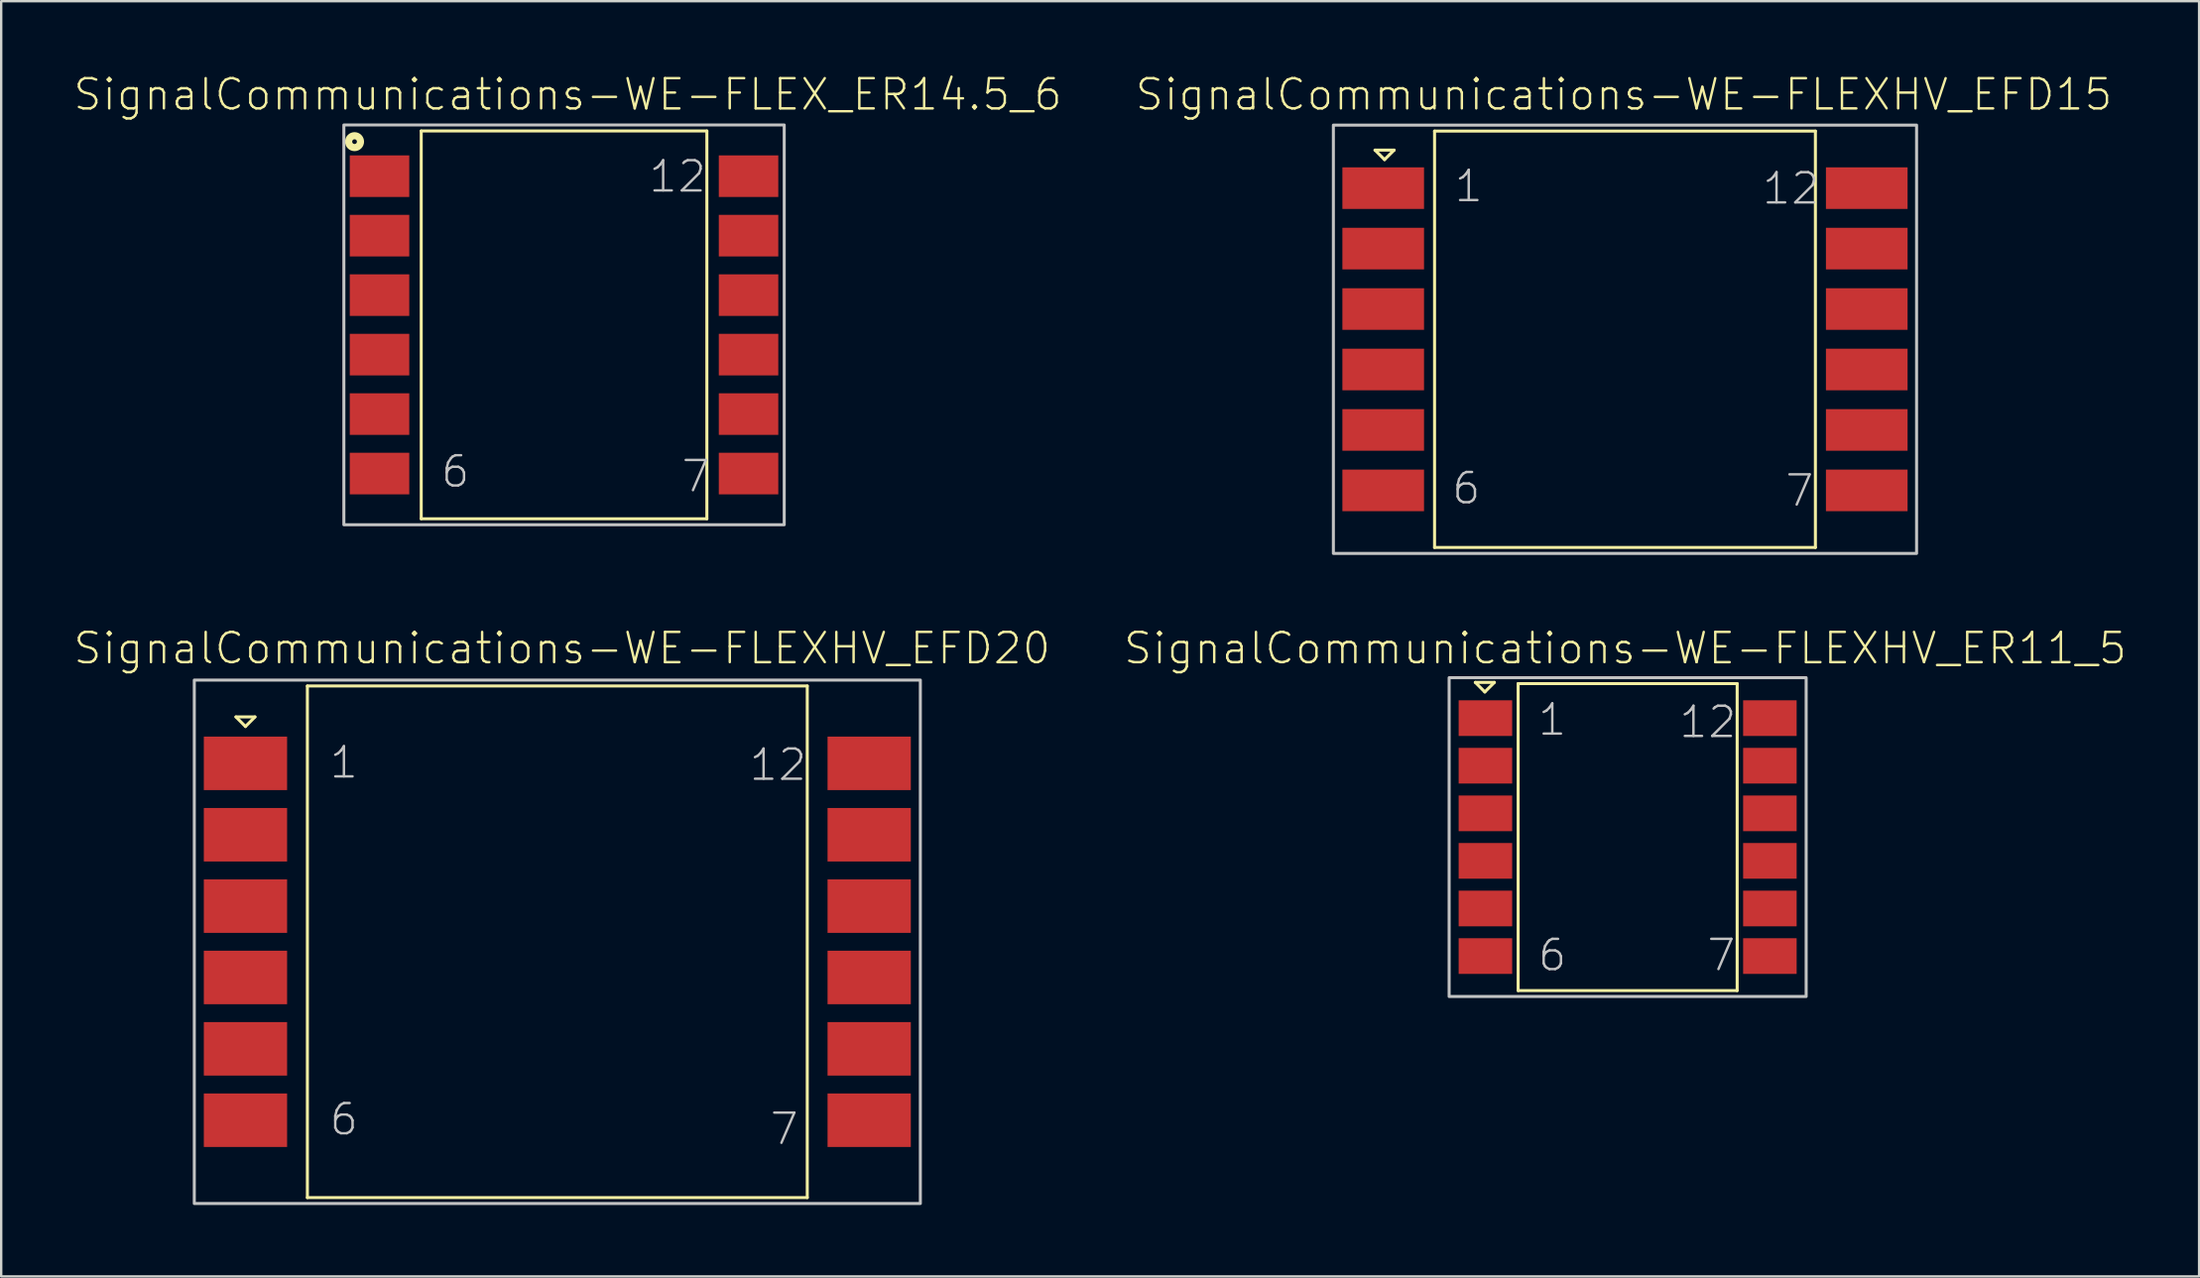
<source format=kicad_pcb>
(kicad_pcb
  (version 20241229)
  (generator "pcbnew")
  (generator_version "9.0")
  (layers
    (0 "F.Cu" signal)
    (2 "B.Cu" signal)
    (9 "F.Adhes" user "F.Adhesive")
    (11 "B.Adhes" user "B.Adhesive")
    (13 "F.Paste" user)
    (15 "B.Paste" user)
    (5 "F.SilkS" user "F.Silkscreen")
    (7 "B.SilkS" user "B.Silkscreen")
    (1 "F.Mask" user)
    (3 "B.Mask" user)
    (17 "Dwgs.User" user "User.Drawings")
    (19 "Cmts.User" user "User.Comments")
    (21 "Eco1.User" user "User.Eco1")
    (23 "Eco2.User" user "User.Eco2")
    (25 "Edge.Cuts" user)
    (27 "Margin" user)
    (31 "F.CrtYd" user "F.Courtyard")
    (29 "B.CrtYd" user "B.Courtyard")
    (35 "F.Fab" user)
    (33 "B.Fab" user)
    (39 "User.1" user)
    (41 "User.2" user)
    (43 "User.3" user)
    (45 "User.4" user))
  (footprint "SignalCommunications-WE-FLEXHV_EFD15"
    (layer "F.Cu")
    (at 65.203 11.206)
    (property "Reference" "SignalCommunications-WE-FLEXHV_EFD15" (at -0.048 -10.284 0) (layer "F.SilkS") (effects (font (size 1.27 1.27) (thickness 0.102))))
    (attr smd)
    (fp_line (start -10.498 -7.948) (end -9.698 -7.948) (stroke (width 0.127) (type solid)) (layer "F.SilkS"))
    (fp_line (start -10.099 -7.549) (end -10.498 -7.948) (stroke (width 0.127) (type solid)) (layer "F.SilkS"))
    (fp_line (start -9.698 -7.948) (end -10.099 -7.549) (stroke (width 0.127) (type solid)) (layer "F.SilkS"))
    (fp_line (start -7.998 -8.748) (end 7.998 -8.748) (stroke (width 0.127) (type solid)) (layer "F.SilkS"))
    (fp_line (start -7.998 8.748) (end -7.998 -8.748) (stroke (width 0.127) (type solid)) (layer "F.SilkS"))
    (fp_line (start 7.998 -8.748) (end 7.998 8.748) (stroke (width 0.127) (type solid)) (layer "F.SilkS"))
    (fp_line (start 7.998 8.748) (end -7.998 8.748) (stroke (width 0.127) (type solid)) (layer "F.SilkS"))
    (fp_poly (pts (xy -12.248 -8.999) (xy 12.248 -8.999) (xy 12.248 8.999) (xy -12.248 8.999) (xy -12.248 -8.999)) (stroke (width 0.127) (type solid)) (fill no) (layer "Dwgs.User"))
    (fp_text user "6" (at -6.665 6.264 0) (layer "Dwgs.User") (effects (font (size 1.27 1.27) (thickness 0.102))))
    (fp_text user "12" (at 6.97 -6.335 0) (layer "Dwgs.User") (effects (font (size 1.27 1.27) (thickness 0.102))))
    (fp_text user "1" (at -6.563 -6.434 0) (layer "Dwgs.User") (effects (font (size 1.27 1.27) (thickness 0.102))))
    (fp_text user "7" (at 7.333 6.363 0) (layer "Dwgs.User") (effects (font (size 1.27 1.27) (thickness 0.102))))
    (pad "1" smd rect (at -10.155 -6.35 90) (size 1.748 3.429) (layers "F.Cu" "F.Mask" "F.Paste"))
    (pad "2" smd rect (at -10.155 -3.81 90) (size 1.748 3.429) (layers "F.Cu" "F.Mask" "F.Paste"))
    (pad "3" smd rect (at -10.155 -1.27 90) (size 1.748 3.429) (layers "F.Cu" "F.Mask" "F.Paste"))
    (pad "4" smd rect (at -10.155 1.27 90) (size 1.748 3.429) (layers "F.Cu" "F.Mask" "F.Paste"))
    (pad "5" smd rect (at -10.155 3.81 90) (size 1.748 3.429) (layers "F.Cu" "F.Mask" "F.Paste"))
    (pad "6" smd rect (at -10.155 6.35 90) (size 1.748 3.429) (layers "F.Cu" "F.Mask" "F.Paste"))
    (pad "7" smd rect (at 10.155 6.35 90) (size 1.748 3.429) (layers "F.Cu" "F.Mask" "F.Paste"))
    (pad "8" smd rect (at 10.155 3.81 90) (size 1.748 3.429) (layers "F.Cu" "F.Mask" "F.Paste"))
    (pad "9" smd rect (at 10.155 1.27 90) (size 1.748 3.429) (layers "F.Cu" "F.Mask" "F.Paste"))
    (pad "10" smd rect (at 10.155 -1.27 90) (size 1.748 3.429) (layers "F.Cu" "F.Mask" "F.Paste"))
    (pad "11" smd rect (at 10.155 -3.81 90) (size 1.748 3.429) (layers "F.Cu" "F.Mask" "F.Paste"))
    (pad "12" smd rect (at 10.155 -6.35 90) (size 1.748 3.429) (layers "F.Cu" "F.Mask" "F.Paste")))
  (footprint "SignalCommunications-WE-FLEXHV_ER11_5"
    (layer "F.Cu")
    (at 65.315 32.125)
    (property "Reference" "SignalCommunications-WE-FLEXHV_ER11_5" (at -0.099 -7.935 0) (layer "F.SilkS") (effects (font (size 1.27 1.27) (thickness 0.102))))
    (attr smd)
    (fp_line (start -6.398 -6.5) (end -5.598 -6.5) (stroke (width 0.127) (type solid)) (layer "F.SilkS"))
    (fp_line (start -5.999 -6.099) (end -6.398 -6.5) (stroke (width 0.127) (type solid)) (layer "F.SilkS"))
    (fp_line (start -5.598 -6.5) (end -5.999 -6.099) (stroke (width 0.127) (type solid)) (layer "F.SilkS"))
    (fp_line (start -4.6 -6.449) (end 4.6 -6.449) (stroke (width 0.127) (type solid)) (layer "F.SilkS"))
    (fp_line (start -4.6 6.449) (end -4.6 -6.449) (stroke (width 0.127) (type solid)) (layer "F.SilkS"))
    (fp_line (start 4.6 -6.449) (end 4.6 6.449) (stroke (width 0.127) (type solid)) (layer "F.SilkS"))
    (fp_line (start 4.6 6.449) (end -4.6 6.449) (stroke (width 0.127) (type solid)) (layer "F.SilkS"))
    (fp_poly (pts (xy -7.498 6.698) (xy -7.498 -6.698) (xy 7.498 -6.698) (xy 7.498 6.698) (xy -7.498 6.698)) (stroke (width 0.127) (type solid)) (fill no) (layer "Dwgs.User"))
    (fp_text user "6" (at -3.165 4.963 0) (layer "Dwgs.User") (effects (font (size 1.27 1.27) (thickness 0.102))))
    (fp_text user "7" (at 3.934 4.963 0) (layer "Dwgs.User") (effects (font (size 1.27 1.27) (thickness 0.102))))
    (fp_text user "12" (at 3.368 -4.834 0) (layer "Dwgs.User") (effects (font (size 1.27 1.27) (thickness 0.102))))
    (fp_text user "1" (at -3.165 -4.933 0) (layer "Dwgs.User") (effects (font (size 1.27 1.27) (thickness 0.102))))
    (pad "1" smd rect (at -5.974 -4.999 180) (size 2.248 1.499) (layers "F.Cu" "F.Mask" "F.Paste"))
    (pad "2" smd rect (at -5.974 -3 180) (size 2.248 1.499) (layers "F.Cu" "F.Mask" "F.Paste"))
    (pad "3" smd rect (at -5.974 -0.998 180) (size 2.248 1.499) (layers "F.Cu" "F.Mask" "F.Paste"))
    (pad "4" smd rect (at -5.974 0.998 180) (size 2.248 1.499) (layers "F.Cu" "F.Mask" "F.Paste"))
    (pad "5" smd rect (at -5.974 3 180) (size 2.248 1.499) (layers "F.Cu" "F.Mask" "F.Paste"))
    (pad "6" smd rect (at -5.974 4.999 180) (size 2.248 1.499) (layers "F.Cu" "F.Mask" "F.Paste"))
    (pad "7" smd rect (at 5.974 4.999 180) (size 2.248 1.499) (layers "F.Cu" "F.Mask" "F.Paste"))
    (pad "8" smd rect (at 5.974 3 180) (size 2.248 1.499) (layers "F.Cu" "F.Mask" "F.Paste"))
    (pad "9" smd rect (at 5.974 0.998 180) (size 2.248 1.499) (layers "F.Cu" "F.Mask" "F.Paste"))
    (pad "10" smd rect (at 5.974 -0.998 180) (size 2.248 1.499) (layers "F.Cu" "F.Mask" "F.Paste"))
    (pad "11" smd rect (at 5.974 -3 180) (size 2.248 1.499) (layers "F.Cu" "F.Mask" "F.Paste"))
    (pad "12" smd rect (at 5.974 -4.999 180) (size 2.248 1.499) (layers "F.Cu" "F.Mask" "F.Paste")))
  (footprint "SignalCommunications-WE-FLEXHV_EFD20"
    (layer "F.Cu")
    (at 20.359 36.524)
    (property "Reference" "SignalCommunications-WE-FLEXHV_EFD20" (at 0.198 -12.334 0) (layer "F.SilkS") (effects (font (size 1.27 1.27) (thickness 0.102))))
    (attr smd)
    (fp_line (start -13.498 -9.449) (end -12.7 -9.449) (stroke (width 0.127) (type solid)) (layer "F.SilkS"))
    (fp_line (start -13.099 -9.047) (end -13.498 -9.449) (stroke (width 0.127) (type solid)) (layer "F.SilkS"))
    (fp_line (start -12.7 -9.449) (end -13.099 -9.047) (stroke (width 0.127) (type solid)) (layer "F.SilkS"))
    (fp_line (start -10.498 -10.749) (end 10.498 -10.749) (stroke (width 0.127) (type solid)) (layer "F.SilkS"))
    (fp_line (start -10.498 10.749) (end -10.498 -10.749) (stroke (width 0.127) (type solid)) (layer "F.SilkS"))
    (fp_line (start 10.498 -10.749) (end 10.498 10.749) (stroke (width 0.127) (type solid)) (layer "F.SilkS"))
    (fp_line (start 10.498 10.749) (end -10.498 10.749) (stroke (width 0.127) (type solid)) (layer "F.SilkS"))
    (fp_poly (pts (xy -15.248 -10.998) (xy 15.248 -10.998) (xy 15.248 10.998) (xy -15.248 10.998) (xy -15.248 -10.998)) (stroke (width 0.127) (type solid)) (fill no) (layer "Dwgs.User"))
    (fp_text user "6" (at -8.964 7.463 0) (layer "Dwgs.User") (effects (font (size 1.27 1.27) (thickness 0.102))))
    (fp_text user "7" (at 9.533 7.864 0) (layer "Dwgs.User") (effects (font (size 1.27 1.27) (thickness 0.102))))
    (fp_text user "12" (at 9.268 -7.435 0) (layer "Dwgs.User") (effects (font (size 1.27 1.27) (thickness 0.102))))
    (fp_text user "1" (at -8.964 -7.534 0) (layer "Dwgs.User") (effects (font (size 1.27 1.27) (thickness 0.102))))
    (pad "1" smd rect (at -13.099 -7.498) (size 3.498 2.248) (layers "F.Cu" "F.Mask" "F.Paste"))
    (pad "2" smd rect (at -13.099 -4.498) (size 3.498 2.248) (layers "F.Cu" "F.Mask" "F.Paste"))
    (pad "3" smd rect (at -13.099 -1.499) (size 3.498 2.248) (layers "F.Cu" "F.Mask" "F.Paste"))
    (pad "4" smd rect (at -13.099 1.499) (size 3.498 2.248) (layers "F.Cu" "F.Mask" "F.Paste"))
    (pad "5" smd rect (at -13.099 4.498) (size 3.498 2.248) (layers "F.Cu" "F.Mask" "F.Paste"))
    (pad "6" smd rect (at -13.099 7.498) (size 3.498 2.248) (layers "F.Cu" "F.Mask" "F.Paste"))
    (pad "7" smd rect (at 13.099 7.498) (size 3.498 2.248) (layers "F.Cu" "F.Mask" "F.Paste"))
    (pad "8" smd rect (at 13.099 4.498) (size 3.498 2.248) (layers "F.Cu" "F.Mask" "F.Paste"))
    (pad "9" smd rect (at 13.099 1.499) (size 3.498 2.248) (layers "F.Cu" "F.Mask" "F.Paste"))
    (pad "10" smd rect (at 13.099 -1.499) (size 3.498 2.248) (layers "F.Cu" "F.Mask" "F.Paste"))
    (pad "11" smd rect (at 13.099 -4.498) (size 3.498 2.248) (layers "F.Cu" "F.Mask" "F.Paste"))
    (pad "12" smd rect (at 13.099 -7.498) (size 3.498 2.248) (layers "F.Cu" "F.Mask" "F.Paste")))
  (footprint "SignalCommunications-WE-FLEX_ER14.5_6"
    (layer "F.Cu")
    (at 20.641 10.601)
    (property "Reference" "SignalCommunications-WE-FLEX_ER14.5_6" (at 0.157 -9.68 0) (layer "F.SilkS") (effects (font (size 1.27 1.27) (thickness 0.102))))
    (attr smd)
    (fp_line (start -5.999 -8.148) (end -5.999 8.148) (stroke (width 0.127) (type solid)) (layer "F.SilkS"))
    (fp_line (start -5.999 8.148) (end 5.999 8.148) (stroke (width 0.127) (type solid)) (layer "F.SilkS"))
    (fp_line (start 5.999 -8.148) (end -5.999 -8.148) (stroke (width 0.127) (type solid)) (layer "F.SilkS"))
    (fp_line (start 5.999 -8.148) (end 5.999 8.148) (stroke (width 0.127) (type solid)) (layer "F.SilkS"))
    (fp_circle (center -8.799 -7.699) (end -8.799 -7.798) (stroke (width 0.3) (type solid)) (fill no) (layer "F.SilkS"))
    (fp_poly (pts (xy 9.248 -8.4) (xy 9.248 8.4) (xy -9.248 8.4) (xy -9.248 -8.4) (xy 9.248 -8.4)) (stroke (width 0.127) (type solid)) (fill no) (layer "Dwgs.User"))
    (fp_text user "7" (at 5.535 6.363 0) (layer "Dwgs.User") (effects (font (size 1.27 1.27) (thickness 0.102))))
    (fp_text user "6" (at -4.564 6.165 0) (layer "Dwgs.User") (effects (font (size 1.27 1.27) (thickness 0.102))))
    (fp_text user "12" (at 4.768 -6.233 0) (layer "Dwgs.User") (effects (font (size 1.27 1.27) (thickness 0.102))))
    (pad "1" smd rect (at -7.75 -6.248 270) (size 1.748 2.499) (layers "F.Cu" "F.Mask" "F.Paste"))
    (pad "2" smd rect (at -7.75 -3.749 270) (size 1.748 2.499) (layers "F.Cu" "F.Mask" "F.Paste"))
    (pad "3" smd rect (at -7.75 -1.25 270) (size 1.748 2.499) (layers "F.Cu" "F.Mask" "F.Paste"))
    (pad "4" smd rect (at -7.75 1.25 270) (size 1.748 2.499) (layers "F.Cu" "F.Mask" "F.Paste"))
    (pad "5" smd rect (at -7.75 3.749 270) (size 1.748 2.499) (layers "F.Cu" "F.Mask" "F.Paste"))
    (pad "6" smd rect (at -7.75 6.248 270) (size 1.748 2.499) (layers "F.Cu" "F.Mask" "F.Paste"))
    (pad "7" smd rect (at 7.75 6.248 270) (size 1.748 2.499) (layers "F.Cu" "F.Mask" "F.Paste"))
    (pad "8" smd rect (at 7.75 3.749 270) (size 1.748 2.499) (layers "F.Cu" "F.Mask" "F.Paste"))
    (pad "9" smd rect (at 7.75 1.25 270) (size 1.748 2.499) (layers "F.Cu" "F.Mask" "F.Paste"))
    (pad "10" smd rect (at 7.75 -1.25 270) (size 1.748 2.499) (layers "F.Cu" "F.Mask" "F.Paste"))
    (pad "11" smd rect (at 7.75 -3.749 270) (size 1.748 2.499) (layers "F.Cu" "F.Mask" "F.Paste"))
    (pad "12" smd rect (at 7.75 -6.248 270) (size 1.748 2.499) (layers "F.Cu" "F.Mask" "F.Paste")))
  (gr_rect
    (start -3 -3)
    (end 89.317 50.586)
    (stroke (width 0.1) (type default))
    (fill no)
    (layer "Edge.Cuts")))
</source>
